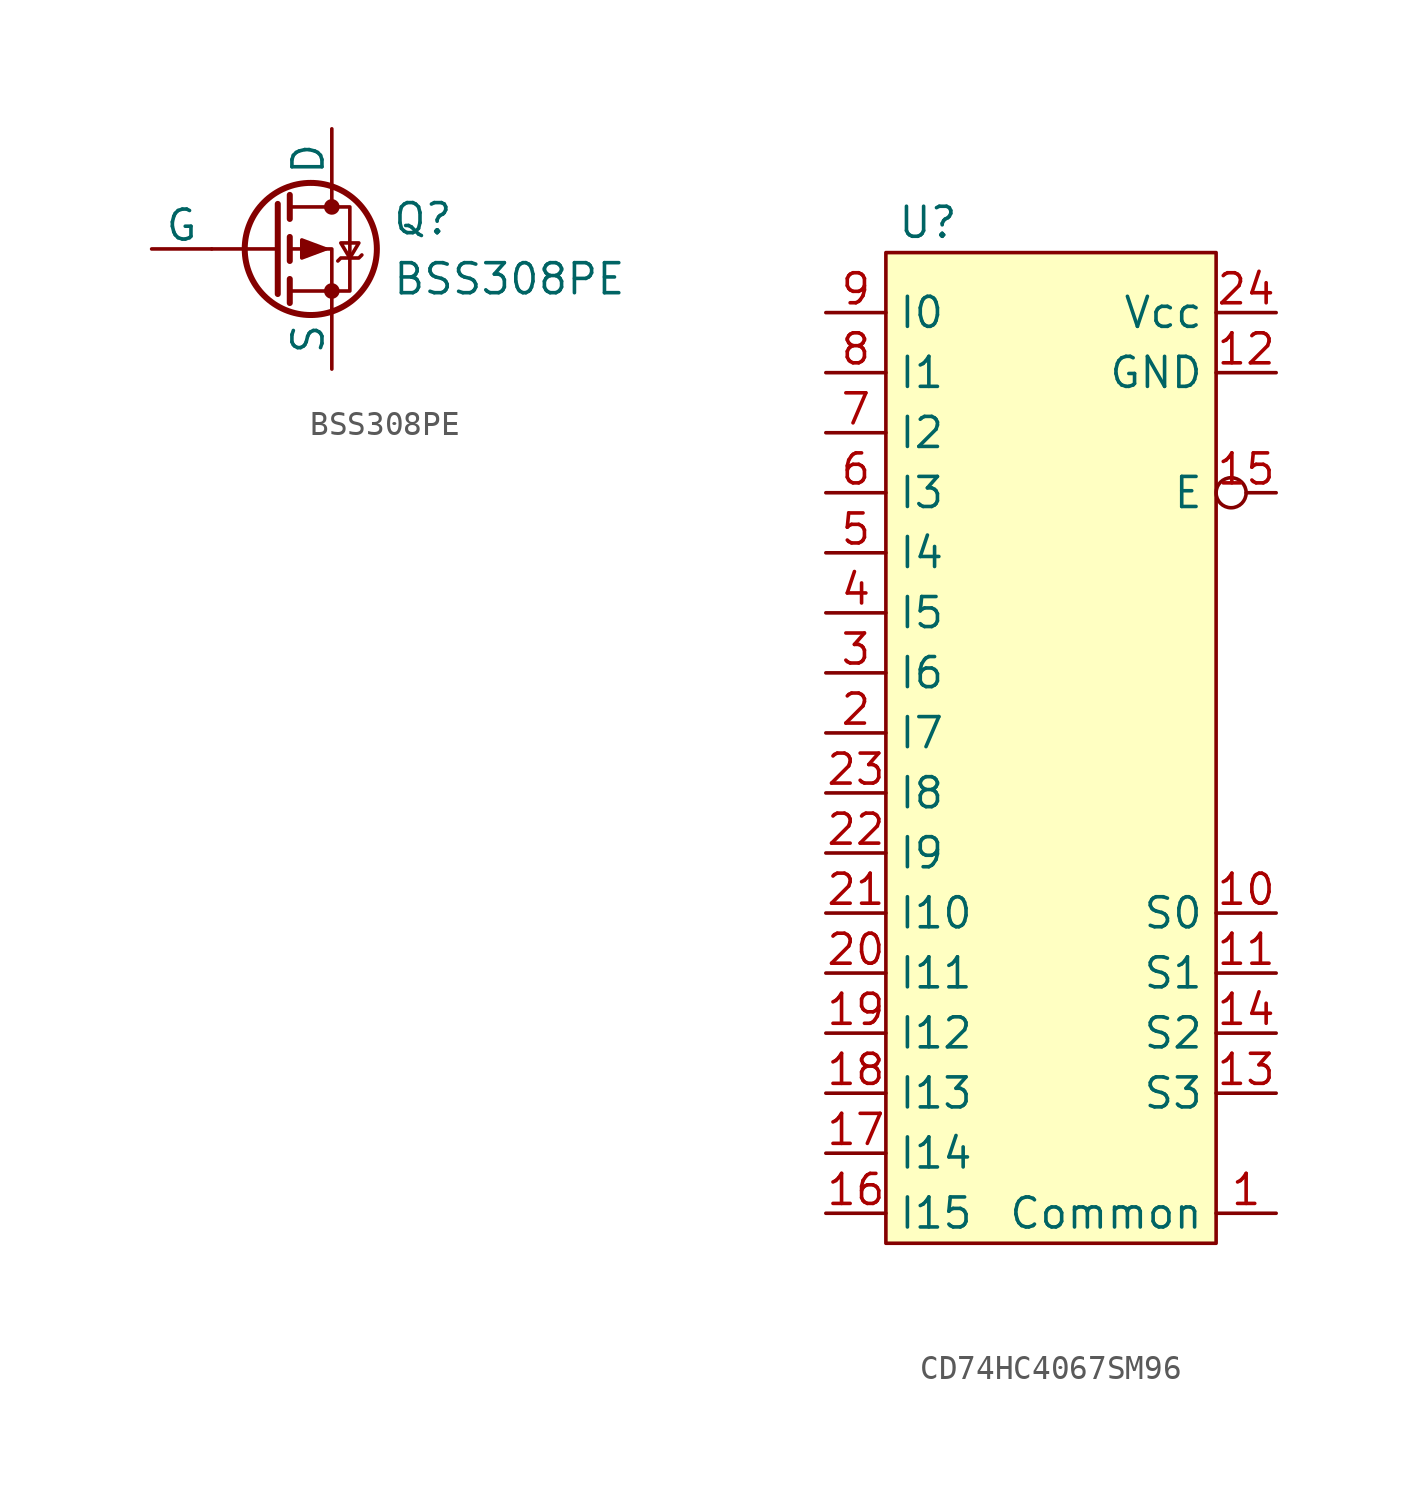
<source format=kicad_sym>
(kicad_symbol_lib
  (version 20241209)
  (generator "kicad_symbol_editor")
  (generator_version "9.0")
  (symbol "BSS308PE"
    (pin_numbers
      (hide yes))
    (pin_names
      (offset 0))
    (property "Reference" "Q"
      (at 5.08 1.27 0)
      (effects (font (size 1.27 1.27)) (justify left)))
    (property "Value" "BSS308PE"
      (at 5.08 -1.27 0)
      (effects (font (size 1.27 1.27)) (justify left)))
    (symbol "BSS308PE_0_1"
      (polyline (pts (xy 0.254 1.905) (xy 0.254 -1.905)) (stroke (width 0.254) (type default)) (fill (type none)))
      (polyline (pts (xy 0.254 0) (xy -2.54 0)) (stroke (width 0) (type default)) (fill (type none)))
      (polyline (pts (xy 0.762 2.286) (xy 0.762 1.27)) (stroke (width 0.254) (type default)) (fill (type none)))
      (polyline (pts (xy 0.762 1.778) (xy 3.302 1.778) (xy 3.302 -1.778) (xy 0.762 -1.778)) (stroke (width 0) (type default)) (fill (type none)))
      (polyline (pts (xy 0.762 0.508) (xy 0.762 -0.508)) (stroke (width 0.254) (type default)) (fill (type none)))
      (polyline (pts (xy 0.762 -1.27) (xy 0.762 -2.286)) (stroke (width 0.254) (type default)) (fill (type none)))
      (circle (center 1.651 0) (radius 2.794) (stroke (width 0.254) (type default)) (fill (type none)))
      (polyline (pts (xy 2.286 0) (xy 1.27 0.381) (xy 1.27 -0.381) (xy 2.286 0)) (stroke (width 0) (type default)) (fill (type outline)))
      (polyline (pts (xy 2.54 2.54) (xy 2.54 1.778)) (stroke (width 0) (type default)) (fill (type none)))
      (circle (center 2.54 1.778) (radius 0.254) (stroke (width 0) (type default)) (fill (type outline)))
      (circle (center 2.54 -1.778) (radius 0.254) (stroke (width 0) (type default)) (fill (type outline)))
      (polyline (pts (xy 2.54 -2.54) (xy 2.54 0) (xy 0.762 0)) (stroke (width 0) (type default)) (fill (type none)))
      (polyline (pts (xy 2.794 -0.508) (xy 2.921 -0.381) (xy 3.683 -0.381) (xy 3.81 -0.254)) (stroke (width 0) (type default)) (fill (type none)))
      (polyline (pts (xy 3.302 -0.381) (xy 2.921 0.254) (xy 3.683 0.254) (xy 3.302 -0.381)) (stroke (width 0) (type default)) (fill (type none))))
    (symbol "BSS308PE_1_1"
      (pin input line (at -5.08 0 0) (length 2.54) (name "G" (effects (font (size 1.27 1.27)))) (number "1" (effects (font (size 1.27 1.27)))))
      (pin passive line (at 2.54 5.08 270) (length 2.54) (name "D" (effects (font (size 1.27 1.27)))) (number "3" (effects (font (size 1.27 1.27)))))
      (pin passive line (at 2.54 -5.08 90) (length 2.54) (name "S" (effects (font (size 1.27 1.27)))) (number "2" (effects (font (size 1.27 1.27)))))))
  (symbol "CD74HC4067SM96"
    (property "Reference" "U"
      (at 1.778 1.27 0)
      (effects (font (size 1.27 1.27))))
    (property "Value" ""
      (at 0 -1.27 0)
      (effects (font (size 1.27 1.27))))
    (symbol "CD74HC4067SM96_1_1"
      (rectangle (start 0 0) (end 13.97 -41.91) (stroke (width 0) (type default)) (fill (type background)))
      (pin input line (at -2.54 -2.54 0) (length 2.54) (name "I0" (effects (font (size 1.27 1.27)))) (number "9" (effects (font (size 1.27 1.27)))))
      (pin input line (at -2.54 -5.08 0) (length 2.54) (name "I1" (effects (font (size 1.27 1.27)))) (number "8" (effects (font (size 1.27 1.27)))))
      (pin input line (at -2.54 -7.62 0) (length 2.54) (name "I2" (effects (font (size 1.27 1.27)))) (number "7" (effects (font (size 1.27 1.27)))))
      (pin input line (at -2.54 -10.16 0) (length 2.54) (name "I3" (effects (font (size 1.27 1.27)))) (number "6" (effects (font (size 1.27 1.27)))))
      (pin input line (at -2.54 -12.7 0) (length 2.54) (name "I4" (effects (font (size 1.27 1.27)))) (number "5" (effects (font (size 1.27 1.27)))))
      (pin input line (at -2.54 -15.24 0) (length 2.54) (name "I5" (effects (font (size 1.27 1.27)))) (number "4" (effects (font (size 1.27 1.27)))))
      (pin input line (at -2.54 -17.78 0) (length 2.54) (name "I6" (effects (font (size 1.27 1.27)))) (number "3" (effects (font (size 1.27 1.27)))))
      (pin input line (at -2.54 -20.32 0) (length 2.54) (name "I7" (effects (font (size 1.27 1.27)))) (number "2" (effects (font (size 1.27 1.27)))))
      (pin input line (at -2.54 -22.86 0) (length 2.54) (name "I8" (effects (font (size 1.27 1.27)))) (number "23" (effects (font (size 1.27 1.27)))))
      (pin input line (at -2.54 -25.4 0) (length 2.54) (name "I9" (effects (font (size 1.27 1.27)))) (number "22" (effects (font (size 1.27 1.27)))))
      (pin input line (at -2.54 -27.94 0) (length 2.54) (name "I10" (effects (font (size 1.27 1.27)))) (number "21" (effects (font (size 1.27 1.27)))))
      (pin input line (at -2.54 -30.48 0) (length 2.54) (name "I11" (effects (font (size 1.27 1.27)))) (number "20" (effects (font (size 1.27 1.27)))))
      (pin input line (at -2.54 -33.02 0) (length 2.54) (name "I12" (effects (font (size 1.27 1.27)))) (number "19" (effects (font (size 1.27 1.27)))))
      (pin input line (at -2.54 -35.56 0) (length 2.54) (name "I13" (effects (font (size 1.27 1.27)))) (number "18" (effects (font (size 1.27 1.27)))))
      (pin input line (at -2.54 -38.1 0) (length 2.54) (name "I14" (effects (font (size 1.27 1.27)))) (number "17" (effects (font (size 1.27 1.27)))))
      (pin input line (at -2.54 -40.64 0) (length 2.54) (name "I15" (effects (font (size 1.27 1.27)))) (number "16" (effects (font (size 1.27 1.27)))))
      (pin power_in line (at 16.51 -2.54 180) (length 2.54) (name "Vcc" (effects (font (size 1.27 1.27)))) (number "24" (effects (font (size 1.27 1.27)))))
      (pin power_in line (at 16.51 -5.08 180) (length 2.54) (name "GND" (effects (font (size 1.27 1.27)))) (number "12" (effects (font (size 1.27 1.27)))))
      (pin input inverted (at 16.51 -10.16 180) (length 2.54) (name "E" (effects (font (size 1.27 1.27)))) (number "15" (effects (font (size 1.27 1.27)))))
      (pin input line (at 16.51 -27.94 180) (length 2.54) (name "S0" (effects (font (size 1.27 1.27)))) (number "10" (effects (font (size 1.27 1.27)))))
      (pin input line (at 16.51 -30.48 180) (length 2.54) (name "S1" (effects (font (size 1.27 1.27)))) (number "11" (effects (font (size 1.27 1.27)))))
      (pin input line (at 16.51 -33.02 180) (length 2.54) (name "S2" (effects (font (size 1.27 1.27)))) (number "14" (effects (font (size 1.27 1.27)))))
      (pin input line (at 16.51 -35.56 180) (length 2.54) (name "S3" (effects (font (size 1.27 1.27)))) (number "13" (effects (font (size 1.27 1.27)))))
      (pin output line (at 16.51 -40.64 180) (length 2.54) (name "Common" (effects (font (size 1.27 1.27)))) (number "1" (effects (font (size 1.27 1.27))))))))
</source>
